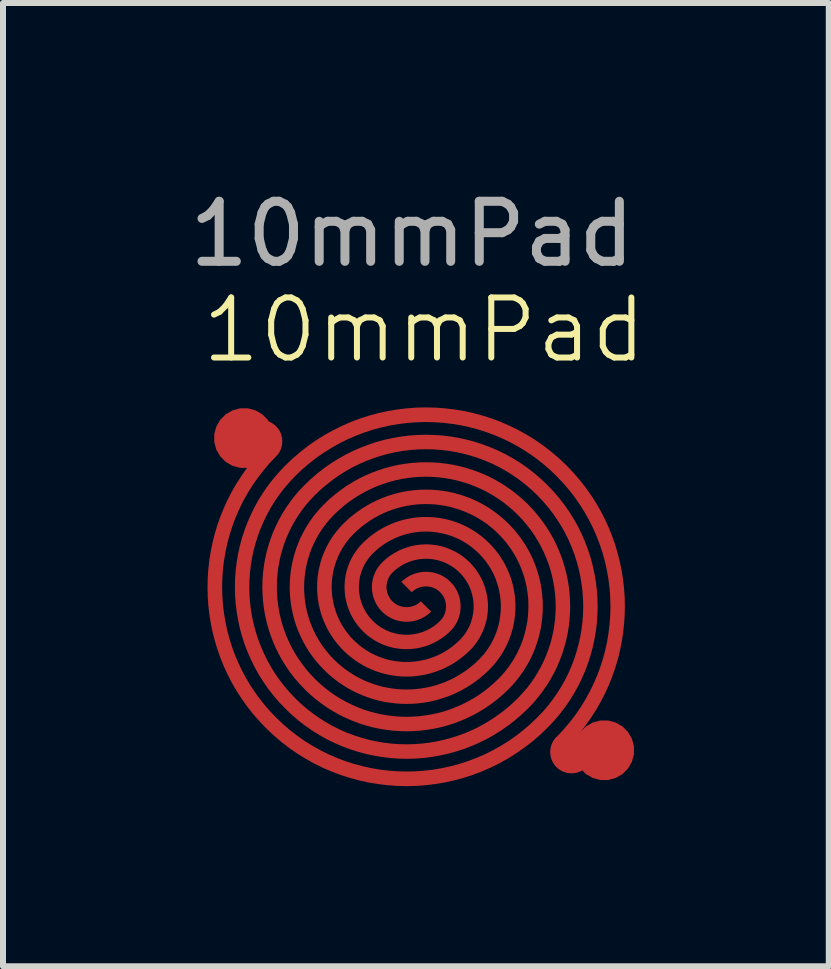
<source format=kicad_pcb>
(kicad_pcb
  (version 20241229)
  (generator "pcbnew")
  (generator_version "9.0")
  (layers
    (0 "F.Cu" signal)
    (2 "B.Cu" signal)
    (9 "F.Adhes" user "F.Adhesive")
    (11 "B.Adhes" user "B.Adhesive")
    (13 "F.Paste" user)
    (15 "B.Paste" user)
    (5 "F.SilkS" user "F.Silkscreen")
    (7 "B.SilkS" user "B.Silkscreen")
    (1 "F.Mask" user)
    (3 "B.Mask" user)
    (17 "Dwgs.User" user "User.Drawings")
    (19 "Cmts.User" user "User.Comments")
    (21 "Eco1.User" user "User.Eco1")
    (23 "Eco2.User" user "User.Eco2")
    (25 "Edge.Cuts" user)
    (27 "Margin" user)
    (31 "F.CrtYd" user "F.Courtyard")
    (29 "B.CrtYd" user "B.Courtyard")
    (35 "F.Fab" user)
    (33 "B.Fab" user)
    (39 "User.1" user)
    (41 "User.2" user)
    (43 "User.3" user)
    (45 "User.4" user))
  (footprint "10mmPad"
    (layer "F.Cu")
    (at 3.815 6.448)
    (property "Reference" "10mmPad" (at 0.2 -4 0) (unlocked yes) (layer "F.SilkS") (effects (font (size 1 1) (thickness 0.1))))
    (attr smd)
    (fp_text user "${REFERENCE}" (at 0 -5.6 0) (unlocked yes) (layer "F.Fab") (effects (font (size 1 1) (thickness 0.15))))
    (pad "1" smd custom (at -2.8 -2.2) (size 1 1) (layers "F.Cu" "F.Mask" "F.Paste") (options (anchor circle)) (primitives (gr_poly (pts (xy 0.3 -0.3) (xy 0.317 -0.299) (xy 0.334 -0.297) (xy 0.351 -0.294) (xy 0.368 -0.29) (xy 0.384 -0.286) (xy 0.401 -0.281) (xy 0.417 -0.275) (xy 0.433 -0.268) (xy 0.449 -0.26) (xy 0.464 -0.252) (xy 0.479 -0.242) (xy 0.493 -0.232) (xy 0.507 -0.221) (xy 0.521 -0.21) (xy 0.534 -0.197) (xy 0.547 -0.184) (xy 0.558 -0.17) (xy 0.569 -0.156) (xy 0.579 -0.142) (xy 0.589 -0.127) (xy 0.597 -0.112) (xy 0.605 -0.096) (xy 0.612 -0.08) (xy 0.618 -0.064) (xy 0.623 -0.047) (xy 0.627 -0.031) (xy 0.631 -0.014) (xy 0.634 0.003) (xy 0.636 0.02) (xy 0.637 0.037) (xy 0.637 0.054) (xy 0.637 0.071) (xy 0.636 0.088) (xy 0.634 0.105) (xy 0.631 0.122) (xy 0.627 0.139) (xy 0.623 0.156) (xy 0.618 0.172) (xy 0.612 0.188) (xy 0.605 0.204) (xy 0.597 0.22) (xy 0.589 0.235) (xy 0.579 0.25) (xy 0.569 0.265) (xy 0.558 0.279) (xy 0.547 0.292) (xy 0.534 0.305) (xy 0.425 0.42) (xy 0.324 0.539) (xy 0.229 0.662) (xy 0.141 0.788) (xy 0.06 0.918) (xy -0.014 1.05) (xy -0.08 1.186) (xy -0.14 1.323) (xy -0.193 1.463) (xy -0.238 1.605) (xy -0.277 1.749) (xy -0.308 1.894) (xy -0.333 2.04) (xy -0.351 2.186) (xy -0.361 2.334) (xy -0.365 2.481) (xy -0.361 2.629) (xy -0.351 2.776) (xy -0.333 2.923) (xy -0.308 3.069) (xy -0.277 3.214) (xy -0.238 3.357) (xy -0.193 3.499) (xy -0.14 3.639) (xy -0.08 3.777) (xy -0.014 3.912) (xy 0.06 4.044) (xy 0.141 4.173) (xy 0.229 4.3) (xy 0.324 4.422) (xy 0.425 4.541) (xy 0.534 4.655) (xy 0.649 4.764) (xy 0.767 4.866) (xy 0.89 4.961) (xy 1.016 5.049) (xy 1.146 5.129) (xy 1.278 5.203) (xy 1.413 5.27) (xy 1.551 5.329) (xy 1.691 5.382) (xy 1.833 5.428) (xy 1.976 5.466) (xy 2.121 5.498) (xy 2.267 5.523) (xy 2.414 5.54) (xy 2.561 5.551) (xy 2.709 5.554) (xy 2.857 5.551) (xy 3.004 5.54) (xy 3.151 5.523) (xy 3.297 5.498) (xy 3.442 5.466) (xy 3.585 5.428) (xy 3.727 5.382) (xy 3.867 5.329) (xy 4.005 5.27) (xy 4.14 5.203) (xy 4.273 5.129) (xy 4.402 5.049) (xy 4.528 4.961) (xy 4.651 4.866) (xy 4.769 4.764) (xy 4.884 4.655) (xy 4.977 4.558) (xy 5.064 4.457) (xy 5.144 4.352) (xy 5.219 4.245) (xy 5.288 4.135) (xy 5.351 4.022) (xy 5.408 3.907) (xy 5.458 3.789) (xy 5.503 3.67) (xy 5.542 3.549) (xy 5.575 3.427) (xy 5.602 3.304) (xy 5.623 3.179) (xy 5.638 3.054) (xy 5.647 2.929) (xy 5.65 2.803) (xy 5.647 2.677) (xy 5.638 2.552) (xy 5.623 2.427) (xy 5.602 2.303) (xy 5.575 2.179) (xy 5.542 2.057) (xy 5.503 1.936) (xy 5.458 1.817) (xy 5.408 1.7) (xy 5.351 1.585) (xy 5.288 1.472) (xy 5.219 1.362) (xy 5.144 1.254) (xy 5.064 1.15) (xy 4.977 1.049) (xy 4.884 0.951) (xy 4.786 0.858) (xy 4.685 0.772) (xy 4.581 0.691) (xy 4.473 0.616) (xy 4.363 0.547) (xy 4.25 0.484) (xy 4.135 0.427) (xy 4.018 0.377) (xy 3.899 0.332) (xy 3.778 0.293) (xy 3.656 0.26) (xy 3.532 0.233) (xy 3.408 0.212) (xy 3.283 0.197) (xy 3.158 0.188) (xy 3.032 0.185) (xy 2.906 0.188) (xy 2.781 0.197) (xy 2.656 0.212) (xy 2.531 0.233) (xy 2.408 0.26) (xy 2.286 0.293) (xy 2.165 0.332) (xy 2.046 0.377) (xy 1.929 0.427) (xy 1.813 0.484) (xy 1.701 0.547) (xy 1.59 0.616) (xy 1.483 0.691) (xy 1.379 0.772) (xy 1.277 0.858) (xy 1.18 0.951) (xy 1.103 1.032) (xy 1.031 1.115) (xy 0.965 1.201) (xy 0.903 1.29) (xy 0.846 1.381) (xy 0.794 1.474) (xy 0.747 1.57) (xy 0.705 1.666) (xy 0.668 1.765) (xy 0.636 1.864) (xy 0.609 1.965) (xy 0.586 2.067) (xy 0.569 2.17) (xy 0.557 2.273) (xy 0.549 2.377) (xy 0.547 2.48) (xy 0.549 2.584) (xy 0.557 2.688) (xy 0.569 2.791) (xy 0.586 2.894) (xy 0.609 2.995) (xy 0.636 3.096) (xy 0.668 3.196) (xy 0.705 3.294) (xy 0.747 3.391) (xy 0.794 3.486) (xy 0.846 3.579) (xy 0.903 3.671) (xy 0.965 3.759) (xy 1.031 3.845) (xy 1.103 3.929) (xy 1.18 4.01) (xy 1.26 4.086) (xy 1.344 4.158) (xy 1.43 4.225) (xy 1.519 4.287) (xy 1.61 4.343) (xy 1.703 4.395) (xy 1.798 4.442) (xy 1.895 4.484) (xy 1.993 4.522) (xy 2.093 4.554) (xy 2.194 4.581) (xy 2.296 4.603) (xy 2.399 4.62) (xy 2.502 4.633) (xy 2.605 4.64) (xy 2.709 4.643) (xy 2.813 4.64) (xy 2.916 4.633) (xy 3.02 4.62) (xy 3.122 4.603) (xy 3.224 4.581) (xy 3.325 4.554) (xy 3.425 4.522) (xy 3.523 4.484) (xy 3.62 4.442) (xy 3.715 4.395) (xy 3.808 4.343) (xy 3.899 4.287) (xy 3.988 4.225) (xy 4.074 4.158) (xy 4.158 4.086) (xy 4.238 4.01) (xy 4.299 3.946) (xy 4.355 3.88) (xy 4.408 3.812) (xy 4.456 3.742) (xy 4.501 3.67) (xy 4.542 3.596) (xy 4.579 3.521) (xy 4.612 3.445) (xy 4.642 3.367) (xy 4.667 3.288) (xy 4.688 3.209) (xy 4.706 3.128) (xy 4.72 3.047) (xy 4.73 2.966) (xy 4.735 2.884) (xy 4.737 2.802) (xy 4.736 2.72) (xy 4.73 2.639) (xy 4.72 2.557) (xy 4.707 2.476) (xy 4.689 2.396) (xy 4.668 2.316) (xy 4.642 2.238) (xy 4.613 2.16) (xy 4.58 2.084) (xy 4.543 2.009) (xy 4.502 1.935) (xy 4.457 1.864) (xy 4.408 1.794) (xy 4.356 1.726) (xy 4.299 1.66) (xy 4.238 1.597) (xy 4.175 1.536) (xy 4.109 1.48) (xy 4.041 1.427) (xy 3.971 1.379) (xy 3.899 1.334) (xy 3.825 1.293) (xy 3.75 1.256) (xy 3.673 1.223) (xy 3.596 1.194) (xy 3.517 1.169) (xy 3.437 1.147) (xy 3.357 1.13) (xy 3.276 1.116) (xy 3.195 1.106) (xy 3.113 1.101) (xy 3.031 1.099) (xy 2.949 1.101) (xy 2.867 1.106) (xy 2.786 1.116) (xy 2.705 1.13) (xy 2.625 1.147) (xy 2.545 1.169) (xy 2.466 1.194) (xy 2.389 1.223) (xy 2.313 1.256) (xy 2.238 1.293) (xy 2.164 1.334) (xy 2.092 1.379) (xy 2.023 1.427) (xy 1.955 1.48) (xy 1.889 1.536) (xy 1.825 1.597) (xy 1.781 1.643) (xy 1.74 1.691) (xy 1.701 1.741) (xy 1.666 1.792) (xy 1.633 1.845) (xy 1.603 1.899) (xy 1.576 1.954) (xy 1.552 2.01) (xy 1.53 2.067) (xy 1.512 2.124) (xy 1.496 2.183) (xy 1.483 2.241) (xy 1.473 2.301) (xy 1.466 2.36) (xy 1.462 2.42) (xy 1.46 2.48) (xy 1.462 2.54) (xy 1.466 2.6) (xy 1.473 2.66) (xy 1.483 2.719) (xy 1.496 2.778) (xy 1.512 2.836) (xy 1.53 2.894) (xy 1.552 2.951) (xy 1.576 3.007) (xy 1.603 3.062) (xy 1.633 3.116) (xy 1.666 3.168) (xy 1.701 3.22) (xy 1.74 3.269) (xy 1.781 3.318) (xy 1.825 3.364) (xy 1.872 3.408) (xy 1.92 3.45) (xy 1.97 3.488) (xy 2.021 3.524) (xy 2.074 3.557) (xy 2.128 3.587) (xy 2.183 3.614) (xy 2.238 3.638) (xy 2.295 3.659) (xy 2.353 3.678) (xy 2.411 3.694) (xy 2.47 3.706) (xy 2.53 3.716) (xy 2.589 3.723) (xy 2.649 3.728) (xy 2.709 3.729) (xy 2.769 3.728) (xy 2.829 3.723) (xy 2.889 3.716) (xy 2.948 3.706) (xy 3.007 3.694) (xy 3.065 3.678) (xy 3.123 3.659) (xy 3.18 3.638) (xy 3.236 3.614) (xy 3.291 3.587) (xy 3.344 3.557) (xy 3.397 3.524) (xy 3.448 3.488) (xy 3.498 3.45) (xy 3.546 3.408) (xy 3.593 3.364) (xy 3.621 3.335) (xy 3.647 3.304) (xy 3.672 3.272) (xy 3.694 3.24) (xy 3.715 3.206) (xy 3.734 3.172) (xy 3.752 3.137) (xy 3.767 3.102) (xy 3.781 3.066) (xy 3.792 3.029) (xy 3.802 2.992) (xy 3.81 2.955) (xy 3.817 2.917) (xy 3.821 2.879) (xy 3.824 2.841) (xy 3.825 2.803) (xy 3.824 2.765) (xy 3.821 2.727) (xy 3.817 2.689) (xy 3.81 2.652) (xy 3.802 2.614) (xy 3.792 2.577) (xy 3.781 2.541) (xy 3.767 2.505) (xy 3.752 2.469) (xy 3.734 2.434) (xy 3.715 2.4) (xy 3.694 2.367) (xy 3.672 2.334) (xy 3.647 2.302) (xy 3.621 2.272) (xy 3.593 2.242) (xy 3.563 2.214) (xy 3.533 2.188) (xy 3.501 2.163) (xy 3.468 2.141) (xy 3.435 2.12) (xy 3.401 2.101) (xy 3.366 2.084) (xy 3.33 2.068) (xy 3.294 2.055) (xy 3.258 2.043) (xy 3.221 2.033) (xy 3.183 2.025) (xy 3.146 2.018) (xy 3.108 2.014) (xy 3.07 2.011) (xy 3.032 2.01) (xy 2.994 2.011) (xy 2.956 2.014) (xy 2.918 2.018) (xy 2.88 2.025) (xy 2.843 2.033) (xy 2.806 2.043) (xy 2.769 2.055) (xy 2.733 2.068) (xy 2.698 2.084) (xy 2.663 2.101) (xy 2.629 2.12) (xy 2.595 2.141) (xy 2.563 2.163) (xy 2.531 2.188) (xy 2.501 2.214) (xy 2.471 2.242) (xy 2.459 2.255) (xy 2.448 2.268) (xy 2.438 2.281) (xy 2.428 2.295) (xy 2.42 2.31) (xy 2.412 2.324) (xy 2.405 2.339) (xy 2.398 2.354) (xy 2.392 2.37) (xy 2.387 2.385) (xy 2.383 2.401) (xy 2.38 2.417) (xy 2.377 2.433) (xy 2.375 2.449) (xy 2.374 2.465) (xy 2.374 2.481) (xy 2.374 2.498) (xy 2.375 2.514) (xy 2.377 2.53) (xy 2.38 2.546) (xy 2.383 2.562) (xy 2.387 2.577) (xy 2.392 2.593) (xy 2.398 2.608) (xy 2.405 2.623) (xy 2.412 2.638) (xy 2.42 2.652) (xy 2.428 2.666) (xy 2.438 2.68) (xy 2.448 2.693) (xy 2.459 2.706) (xy 2.471 2.718) (xy 2.483 2.73) (xy 2.496 2.741) (xy 2.51 2.752) (xy 2.523 2.761) (xy 2.537 2.77) (xy 2.552 2.778) (xy 2.566 2.785) (xy 2.581 2.791) (xy 2.597 2.797) (xy 2.612 2.802) (xy 2.628 2.806) (xy 2.644 2.81) (xy 2.66 2.812) (xy 2.676 2.814) (xy 2.692 2.815) (xy 2.708 2.816) (xy 2.724 2.815) (xy 2.74 2.814) (xy 2.756 2.812) (xy 2.772 2.81) (xy 2.788 2.806) (xy 2.803 2.802) (xy 2.819 2.797) (xy 2.834 2.791) (xy 2.849 2.785) (xy 2.864 2.778) (xy 2.878 2.77) (xy 2.892 2.761) (xy 2.906 2.752) (xy 2.919 2.741) (xy 2.932 2.73) (xy 2.945 2.718) (xy 3.117 2.89) (xy 3.095 2.911) (xy 3.073 2.93) (xy 3.05 2.948) (xy 3.026 2.964) (xy 3.002 2.979) (xy 2.977 2.993) (xy 2.951 3.006) (xy 2.926 3.017) (xy 2.899 3.027) (xy 2.873 3.035) (xy 2.846 3.043) (xy 2.818 3.049) (xy 2.791 3.053) (xy 2.763 3.057) (xy 2.736 3.058) (xy 2.708 3.059) (xy 2.68 3.058) (xy 2.652 3.057) (xy 2.625 3.053) (xy 2.597 3.049) (xy 2.57 3.043) (xy 2.543 3.035) (xy 2.516 3.027) (xy 2.49 3.017) (xy 2.464 3.006) (xy 2.439 2.993) (xy 2.414 2.979) (xy 2.389 2.964) (xy 2.366 2.948) (xy 2.343 2.93) (xy 2.321 2.911) (xy 2.299 2.89) (xy 2.279 2.869) (xy 2.259 2.847) (xy 2.242 2.824) (xy 2.225 2.8) (xy 2.21 2.776) (xy 2.196 2.751) (xy 2.184 2.725) (xy 2.173 2.699) (xy 2.163 2.673) (xy 2.154 2.646) (xy 2.147 2.62) (xy 2.141 2.592) (xy 2.136 2.565) (xy 2.133 2.537) (xy 2.131 2.509) (xy 2.13 2.482) (xy 2.131 2.454) (xy 2.133 2.426) (xy 2.136 2.399) (xy 2.141 2.371) (xy 2.147 2.344) (xy 2.154 2.317) (xy 2.163 2.29) (xy 2.173 2.264) (xy 2.184 2.238) (xy 2.196 2.213) (xy 2.21 2.188) (xy 2.225 2.163) (xy 2.242 2.14) (xy 2.259 2.117) (xy 2.279 2.094) (xy 2.299 2.073) (xy 2.338 2.036) (xy 2.378 2.002) (xy 2.419 1.97) (xy 2.462 1.941) (xy 2.505 1.914) (xy 2.55 1.889) (xy 2.595 1.866) (xy 2.642 1.846) (xy 2.689 1.829) (xy 2.737 1.813) (xy 2.785 1.8) (xy 2.834 1.789) (xy 2.883 1.781) (xy 2.932 1.775) (xy 2.982 1.772) (xy 3.032 1.77) (xy 3.081 1.771) (xy 3.131 1.775) (xy 3.18 1.781) (xy 3.229 1.789) (xy 3.278 1.8) (xy 3.326 1.813) (xy 3.374 1.828) (xy 3.421 1.846) (xy 3.467 1.866) (xy 3.512 1.888) (xy 3.557 1.913) (xy 3.6 1.94) (xy 3.643 1.97) (xy 3.684 2.002) (xy 3.724 2.036) (xy 3.762 2.073) (xy 3.799 2.112) (xy 3.833 2.152) (xy 3.865 2.193) (xy 3.894 2.236) (xy 3.921 2.279) (xy 3.946 2.324) (xy 3.968 2.369) (xy 3.988 2.416) (xy 4.006 2.463) (xy 4.021 2.511) (xy 4.034 2.559) (xy 4.045 2.608) (xy 4.053 2.657) (xy 4.059 2.706) (xy 4.063 2.756) (xy 4.064 2.805) (xy 4.063 2.855) (xy 4.059 2.905) (xy 4.053 2.954) (xy 4.045 3.003) (xy 4.034 3.052) (xy 4.021 3.1) (xy 4.006 3.148) (xy 3.988 3.195) (xy 3.968 3.241) (xy 3.946 3.286) (xy 3.921 3.331) (xy 3.894 3.374) (xy 3.865 3.417) (xy 3.833 3.458) (xy 3.799 3.498) (xy 3.762 3.536) (xy 3.707 3.589) (xy 3.649 3.638) (xy 3.589 3.684) (xy 3.528 3.727) (xy 3.466 3.766) (xy 3.401 3.802) (xy 3.336 3.834) (xy 3.269 3.863) (xy 3.201 3.889) (xy 3.132 3.911) (xy 3.063 3.93) (xy 2.993 3.945) (xy 2.922 3.957) (xy 2.851 3.966) (xy 2.779 3.971) (xy 2.708 3.973) (xy 2.636 3.971) (xy 2.565 3.966) (xy 2.494 3.957) (xy 2.423 3.945) (xy 2.353 3.93) (xy 2.283 3.911) (xy 2.214 3.889) (xy 2.147 3.863) (xy 2.08 3.834) (xy 2.014 3.802) (xy 1.95 3.766) (xy 1.887 3.727) (xy 1.826 3.684) (xy 1.767 3.638) (xy 1.709 3.589) (xy 1.653 3.536) (xy 1.601 3.48) (xy 1.551 3.423) (xy 1.505 3.363) (xy 1.462 3.302) (xy 1.423 3.239) (xy 1.387 3.175) (xy 1.355 3.11) (xy 1.326 3.043) (xy 1.3 2.975) (xy 1.278 2.906) (xy 1.26 2.837) (xy 1.244 2.767) (xy 1.232 2.696) (xy 1.224 2.625) (xy 1.219 2.553) (xy 1.217 2.482) (xy 1.219 2.41) (xy 1.224 2.339) (xy 1.232 2.268) (xy 1.244 2.197) (xy 1.26 2.127) (xy 1.278 2.057) (xy 1.3 1.988) (xy 1.326 1.921) (xy 1.355 1.854) (xy 1.387 1.788) (xy 1.423 1.724) (xy 1.462 1.661) (xy 1.505 1.6) (xy 1.551 1.541) (xy 1.601 1.483) (xy 1.653 1.427) (xy 1.726 1.358) (xy 1.801 1.294) (xy 1.879 1.234) (xy 1.959 1.178) (xy 2.041 1.127) (xy 2.125 1.08) (xy 2.21 1.038) (xy 2.297 1) (xy 2.386 0.967) (xy 2.476 0.938) (xy 2.567 0.913) (xy 2.658 0.893) (xy 2.751 0.878) (xy 2.844 0.867) (xy 2.937 0.86) (xy 3.031 0.858) (xy 3.124 0.86) (xy 3.217 0.867) (xy 3.31 0.878) (xy 3.403 0.893) (xy 3.495 0.913) (xy 3.585 0.938) (xy 3.675 0.967) (xy 3.764 1) (xy 3.851 1.038) (xy 3.937 1.08) (xy 4.021 1.127) (xy 4.103 1.178) (xy 4.182 1.234) (xy 4.26 1.294) (xy 4.335 1.358) (xy 4.408 1.427) (xy 4.477 1.5) (xy 4.541 1.575) (xy 4.601 1.653) (xy 4.657 1.733) (xy 4.708 1.815) (xy 4.755 1.898) (xy 4.797 1.984) (xy 4.835 2.071) (xy 4.868 2.16) (xy 4.897 2.25) (xy 4.922 2.341) (xy 4.942 2.432) (xy 4.957 2.525) (xy 4.968 2.618) (xy 4.975 2.711) (xy 4.977 2.804) (xy 4.975 2.898) (xy 4.968 2.991) (xy 4.957 3.084) (xy 4.942 3.177) (xy 4.922 3.268) (xy 4.897 3.359) (xy 4.868 3.449) (xy 4.835 3.538) (xy 4.797 3.625) (xy 4.755 3.711) (xy 4.708 3.794) (xy 4.657 3.876) (xy 4.601 3.956) (xy 4.541 4.034) (xy 4.477 4.109) (xy 4.408 4.182) (xy 4.318 4.267) (xy 4.226 4.346) (xy 4.13 4.42) (xy 4.031 4.489) (xy 3.93 4.552) (xy 3.826 4.61) (xy 3.721 4.662) (xy 3.613 4.708) (xy 3.504 4.75) (xy 3.393 4.785) (xy 3.281 4.816) (xy 3.167 4.84) (xy 3.053 4.859) (xy 2.938 4.873) (xy 2.823 4.881) (xy 2.708 4.884) (xy 2.592 4.881) (xy 2.477 4.873) (xy 2.362 4.859) (xy 2.248 4.84) (xy 2.135 4.816) (xy 2.023 4.785) (xy 1.912 4.75) (xy 1.803 4.708) (xy 1.695 4.662) (xy 1.589 4.61) (xy 1.486 4.552) (xy 1.384 4.489) (xy 1.286 4.42) (xy 1.19 4.346) (xy 1.097 4.267) (xy 1.008 4.182) (xy 0.923 4.092) (xy 0.843 3.999) (xy 0.769 3.904) (xy 0.701 3.805) (xy 0.637 3.704) (xy 0.58 3.6) (xy 0.528 3.495) (xy 0.481 3.387) (xy 0.44 3.278) (xy 0.404 3.167) (xy 0.374 3.055) (xy 0.349 2.941) (xy 0.33 2.827) (xy 0.316 2.712) (xy 0.308 2.597) (xy 0.305 2.482) (xy 0.308 2.366) (xy 0.316 2.251) (xy 0.33 2.136) (xy 0.349 2.022) (xy 0.374 1.909) (xy 0.404 1.797) (xy 0.44 1.686) (xy 0.481 1.576) (xy 0.528 1.469) (xy 0.58 1.363) (xy 0.637 1.26) (xy 0.701 1.158) (xy 0.769 1.06) (xy 0.843 0.964) (xy 0.923 0.871) (xy 1.008 0.782) (xy 1.115 0.68) (xy 1.225 0.585) (xy 1.339 0.497) (xy 1.456 0.415) (xy 1.577 0.34) (xy 1.7 0.271) (xy 1.826 0.209) (xy 1.954 0.154) (xy 2.084 0.105) (xy 2.216 0.062) (xy 2.349 0.026) (xy 2.484 -0.003) (xy 2.62 -0.026) (xy 2.756 -0.043) (xy 2.893 -0.052) (xy 3.031 -0.056) (xy 3.168 -0.052) (xy 3.305 -0.043) (xy 3.441 -0.026) (xy 3.577 -0.003) (xy 3.712 0.026) (xy 3.845 0.062) (xy 3.977 0.105) (xy 4.107 0.154) (xy 4.235 0.209) (xy 4.361 0.271) (xy 4.484 0.34) (xy 4.605 0.415) (xy 4.722 0.497) (xy 4.836 0.585) (xy 4.947 0.68) (xy 5.053 0.782) (xy 5.155 0.888) (xy 5.25 0.999) (xy 5.338 1.113) (xy 5.42 1.23) (xy 5.495 1.351) (xy 5.564 1.474) (xy 5.626 1.6) (xy 5.681 1.728) (xy 5.73 1.858) (xy 5.773 1.99) (xy 5.809 2.123) (xy 5.838 2.258) (xy 5.861 2.394) (xy 5.878 2.53) (xy 5.887 2.667) (xy 5.891 2.804) (xy 5.887 2.942) (xy 5.878 3.079) (xy 5.861 3.215) (xy 5.838 3.351) (xy 5.809 3.486) (xy 5.773 3.619) (xy 5.73 3.751) (xy 5.681 3.881) (xy 5.626 4.009) (xy 5.564 4.135) (xy 5.495 4.258) (xy 5.42 4.379) (xy 5.338 4.496) (xy 5.25 4.61) (xy 5.155 4.721) (xy 5.053 4.827) (xy 4.93 4.945) (xy 4.802 5.055) (xy 4.669 5.157) (xy 4.533 5.252) (xy 4.394 5.339) (xy 4.251 5.419) (xy 4.105 5.491) (xy 3.956 5.555) (xy 3.806 5.612) (xy 3.653 5.661) (xy 3.498 5.703) (xy 3.342 5.737) (xy 3.184 5.763) (xy 3.026 5.782) (xy 2.867 5.794) (xy 2.708 5.798) (xy 2.549 5.794) (xy 2.39 5.782) (xy 2.231 5.763) (xy 2.074 5.737) (xy 1.918 5.703) (xy 1.763 5.661) (xy 1.61 5.612) (xy 1.459 5.555) (xy 1.311 5.491) (xy 1.165 5.419) (xy 1.022 5.339) (xy 0.882 5.252) (xy 0.746 5.157) (xy 0.614 5.055) (xy 0.486 4.945) (xy 0.362 4.827) (xy 0.252 4.711) (xy 0.147 4.591) (xy 0.05 4.468) (xy -0.04 4.341) (xy -0.124 4.211) (xy -0.202 4.077) (xy -0.272 3.941) (xy -0.336 3.803) (xy -0.393 3.662) (xy -0.443 3.52) (xy -0.487 3.375) (xy -0.524 3.23) (xy -0.554 3.082) (xy -0.578 2.934) (xy -0.595 2.785) (xy -0.605 2.636) (xy -0.608 2.487) (xy -0.605 2.337) (xy -0.595 2.188) (xy -0.579 2.039) (xy -0.555 1.891) (xy -0.525 1.743) (xy -0.489 1.597) (xy -0.445 1.453) (xy -0.395 1.31) (xy -0.338 1.169) (xy -0.275 1.031) (xy -0.205 0.895) (xy -0.128 0.761) (xy -0.044 0.631) (xy 0.046 0.503) (xy 0.143 0.38) (xy 0.128 0.372) (xy 0.113 0.365) (xy 0.106 0.361) (xy 0.098 0.356) (xy 0.091 0.352) (xy 0.084 0.347) (xy 0.077 0.343) (xy 0.07 0.338) (xy 0.063 0.333) (xy 0.057 0.328) (xy 0.05 0.323) (xy 0.044 0.317) (xy 0.038 0.311) (xy 0.032 0.305) (xy 0.019 0.292) (xy 0.007 0.279) (xy -0.004 0.265) (xy -0.014 0.25) (xy -0.023 0.235) (xy -0.031 0.22) (xy -0.039 0.204) (xy -0.046 0.188) (xy -0.052 0.172) (xy -0.057 0.156) (xy -0.062 0.139) (xy -0.065 0.122) (xy -0.068 0.105) (xy -0.07 0.088) (xy -0.071 0.071) (xy -0.072 0.054) (xy -0.071 0.037) (xy -0.07 0.02) (xy -0.068 0.003) (xy -0.065 -0.014) (xy -0.062 -0.031) (xy -0.057 -0.047) (xy -0.052 -0.064) (xy -0.046 -0.08) (xy -0.039 -0.096) (xy -0.031 -0.112) (xy -0.023 -0.127) (xy -0.014 -0.142) (xy -0.004 -0.156) (xy 0.007 -0.17) (xy 0.019 -0.184) (xy 0.032 -0.197) (xy 0.045 -0.21) (xy 0.058 -0.221) (xy 0.072 -0.232) (xy 0.087 -0.242) (xy 0.102 -0.252) (xy 0.117 -0.26) (xy 0.133 -0.268) (xy 0.149 -0.275) (xy 0.165 -0.281) (xy 0.181 -0.286) (xy 0.198 -0.29) (xy 0.215 -0.294) (xy 0.232 -0.297) (xy 0.249 -0.299) (xy 0.266 -0.3) (xy 0.283 -0.3)) (width 0) (fill yes))))
    (pad "2" smd custom (at 3.2 3) (size 1 1) (layers "F.Cu" "F.Mask" "F.Paste") (options (anchor circle)) (primitives (gr_poly (pts (xy -2.811 -5.708) (xy -2.652 -5.696) (xy -2.494 -5.677) (xy -2.336 -5.651) (xy -2.18 -5.617) (xy -2.025 -5.575) (xy -1.872 -5.526) (xy -1.721 -5.469) (xy -1.573 -5.404) (xy -1.427 -5.332) (xy -1.284 -5.253) (xy -1.144 -5.166) (xy -1.008 -5.071) (xy -0.876 -4.968) (xy -0.748 -4.859) (xy -0.624 -4.741) (xy -0.514 -4.625) (xy -0.41 -4.505) (xy -0.313 -4.382) (xy -0.223 -4.255) (xy -0.139 -4.125) (xy -0.062 -3.991) (xy 0.008 -3.856) (xy 0.072 -3.717) (xy 0.129 -3.577) (xy 0.179 -3.434) (xy 0.222 -3.29) (xy 0.259 -3.144) (xy 0.29 -2.997) (xy 0.313 -2.849) (xy 0.33 -2.701) (xy 0.341 -2.551) (xy 0.344 -2.402) (xy 0.341 -2.252) (xy 0.331 -2.103) (xy 0.315 -1.954) (xy 0.292 -1.806) (xy 0.262 -1.659) (xy 0.226 -1.513) (xy 0.183 -1.369) (xy 0.133 -1.226) (xy 0.077 -1.086) (xy 0.014 -0.947) (xy -0.056 -0.811) (xy -0.132 -0.678) (xy -0.216 -0.547) (xy -0.305 -0.42) (xy -0.402 -0.296) (xy -0.394 -0.293) (xy -0.387 -0.29) (xy -0.38 -0.286) (xy -0.372 -0.283) (xy -0.365 -0.279) (xy -0.358 -0.275) (xy -0.351 -0.271) (xy -0.344 -0.266) (xy -0.338 -0.262) (xy -0.331 -0.257) (xy -0.324 -0.252) (xy -0.318 -0.247) (xy -0.312 -0.242) (xy -0.305 -0.236) (xy -0.299 -0.23) (xy -0.293 -0.225) (xy -0.293 -0.222) (xy -0.281 -0.209) (xy -0.269 -0.195) (xy -0.258 -0.181) (xy -0.248 -0.167) (xy -0.239 -0.152) (xy -0.23 -0.136) (xy -0.223 -0.121) (xy -0.216 -0.105) (xy -0.21 -0.089) (xy -0.204 -0.072) (xy -0.2 -0.056) (xy -0.196 -0.039) (xy -0.194 -0.022) (xy -0.192 -0.005) (xy -0.19 0.012) (xy -0.19 0.029) (xy -0.19 0.046) (xy -0.192 0.064) (xy -0.194 0.081) (xy -0.196 0.097) (xy -0.2 0.114) (xy -0.204 0.131) (xy -0.21 0.147) (xy -0.216 0.164) (xy -0.223 0.179) (xy -0.23 0.195) (xy -0.239 0.21) (xy -0.248 0.225) (xy -0.258 0.24) (xy -0.269 0.254) (xy -0.281 0.268) (xy -0.293 0.281) (xy -0.306 0.293) (xy -0.32 0.305) (xy -0.334 0.316) (xy -0.349 0.326) (xy -0.364 0.335) (xy -0.379 0.344) (xy -0.394 0.351) (xy -0.41 0.358) (xy -0.427 0.364) (xy -0.443 0.369) (xy -0.46 0.374) (xy -0.476 0.377) (xy -0.493 0.38) (xy -0.51 0.382) (xy -0.527 0.384) (xy -0.545 0.384) (xy -0.562 0.384) (xy -0.579 0.382) (xy -0.596 0.38) (xy -0.613 0.377) (xy -0.629 0.374) (xy -0.646 0.369) (xy -0.662 0.364) (xy -0.679 0.358) (xy -0.695 0.351) (xy -0.71 0.344) (xy -0.725 0.335) (xy -0.74 0.326) (xy -0.755 0.316) (xy -0.769 0.305) (xy -0.783 0.293) (xy -0.796 0.281) (xy -0.808 0.268) (xy -0.82 0.254) (xy -0.831 0.24) (xy -0.841 0.225) (xy -0.85 0.21) (xy -0.859 0.195) (xy -0.866 0.179) (xy -0.873 0.164) (xy -0.879 0.147) (xy -0.885 0.131) (xy -0.889 0.114) (xy -0.893 0.097) (xy -0.895 0.081) (xy -0.897 0.064) (xy -0.899 0.046) (xy -0.899 0.029) (xy -0.899 0.012) (xy -0.897 -0.005) (xy -0.895 -0.022) (xy -0.893 -0.039) (xy -0.889 -0.056) (xy -0.885 -0.072) (xy -0.879 -0.089) (xy -0.873 -0.105) (xy -0.866 -0.121) (xy -0.859 -0.136) (xy -0.85 -0.152) (xy -0.841 -0.167) (xy -0.831 -0.181) (xy -0.82 -0.195) (xy -0.808 -0.209) (xy -0.796 -0.222) (xy -0.795 -0.222) (xy -0.795 -0.223) (xy -0.794 -0.223) (xy -0.794 -0.224) (xy -0.793 -0.224) (xy -0.792 -0.225) (xy -0.792 -0.225) (xy -0.791 -0.226) (xy -0.79 -0.226) (xy -0.789 -0.227) (xy -0.788 -0.227) (xy -0.68 -0.342) (xy -0.579 -0.461) (xy -0.484 -0.583) (xy -0.397 -0.71) (xy -0.317 -0.839) (xy -0.244 -0.971) (xy -0.178 -1.106) (xy -0.118 -1.244) (xy -0.066 -1.384) (xy -0.021 -1.525) (xy 0.018 -1.668) (xy 0.049 -1.813) (xy 0.073 -1.959) (xy 0.09 -2.105) (xy 0.101 -2.252) (xy 0.104 -2.399) (xy 0.1 -2.546) (xy 0.09 -2.693) (xy 0.072 -2.84) (xy 0.047 -2.985) (xy 0.016 -3.13) (xy -0.023 -3.273) (xy -0.069 -3.414) (xy -0.122 -3.554) (xy -0.181 -3.691) (xy -0.248 -3.826) (xy -0.322 -3.958) (xy -0.403 -4.088) (xy -0.49 -4.214) (xy -0.585 -4.336) (xy -0.687 -4.455) (xy -0.796 -4.569) (xy -0.91 -4.678) (xy -1.029 -4.78) (xy -1.152 -4.875) (xy -1.278 -4.962) (xy -1.407 -5.043) (xy -1.54 -5.117) (xy -1.675 -5.184) (xy -1.813 -5.243) (xy -1.953 -5.296) (xy -2.094 -5.342) (xy -2.238 -5.38) (xy -2.383 -5.412) (xy -2.529 -5.436) (xy -2.676 -5.454) (xy -2.823 -5.464) (xy -2.971 -5.468) (xy -3.118 -5.464) (xy -3.266 -5.454) (xy -3.413 -5.436) (xy -3.559 -5.412) (xy -3.704 -5.38) (xy -3.847 -5.342) (xy -3.989 -5.296) (xy -4.129 -5.243) (xy -4.267 -5.184) (xy -4.402 -5.117) (xy -4.534 -5.043) (xy -4.664 -4.962) (xy -4.79 -4.875) (xy -4.912 -4.78) (xy -5.031 -4.678) (xy -5.146 -4.569) (xy -5.238 -4.471) (xy -5.325 -4.37) (xy -5.406 -4.266) (xy -5.481 -4.159) (xy -5.55 -4.048) (xy -5.612 -3.936) (xy -5.669 -3.82) (xy -5.72 -3.703) (xy -5.765 -3.584) (xy -5.804 -3.463) (xy -5.837 -3.341) (xy -5.864 -3.218) (xy -5.885 -3.093) (xy -5.9 -2.968) (xy -5.909 -2.843) (xy -5.912 -2.717) (xy -5.909 -2.591) (xy -5.9 -2.466) (xy -5.885 -2.341) (xy -5.864 -2.216) (xy -5.837 -2.093) (xy -5.804 -1.971) (xy -5.765 -1.85) (xy -5.72 -1.731) (xy -5.669 -1.614) (xy -5.612 -1.498) (xy -5.55 -1.386) (xy -5.481 -1.275) (xy -5.406 -1.168) (xy -5.325 -1.064) (xy -5.238 -0.962) (xy -5.146 -0.865) (xy -5.048 -0.772) (xy -4.947 -0.685) (xy -4.843 -0.605) (xy -4.735 -0.53) (xy -4.625 -0.461) (xy -4.512 -0.398) (xy -4.397 -0.341) (xy -4.28 -0.29) (xy -4.16 -0.246) (xy -4.04 -0.207) (xy -3.917 -0.174) (xy -3.794 -0.147) (xy -3.67 -0.126) (xy -3.545 -0.111) (xy -3.419 -0.102) (xy -3.294 -0.099) (xy -3.168 -0.102) (xy -3.042 -0.111) (xy -2.917 -0.126) (xy -2.793 -0.147) (xy -2.67 -0.174) (xy -2.547 -0.207) (xy -2.427 -0.246) (xy -2.307 -0.29) (xy -2.19 -0.341) (xy -2.075 -0.398) (xy -1.962 -0.461) (xy -1.852 -0.53) (xy -1.745 -0.605) (xy -1.64 -0.685) (xy -1.539 -0.772) (xy -1.441 -0.865) (xy -1.365 -0.946) (xy -1.293 -1.029) (xy -1.226 -1.115) (xy -1.164 -1.204) (xy -1.108 -1.295) (xy -1.056 -1.388) (xy -1.009 -1.483) (xy -0.967 -1.58) (xy -0.93 -1.679) (xy -0.897 -1.778) (xy -0.87 -1.879) (xy -0.848 -1.981) (xy -0.831 -2.084) (xy -0.818 -2.187) (xy -0.811 -2.29) (xy -0.808 -2.394) (xy -0.811 -2.498) (xy -0.818 -2.602) (xy -0.831 -2.705) (xy -0.848 -2.807) (xy -0.87 -2.909) (xy -0.897 -3.01) (xy -0.93 -3.11) (xy -0.967 -3.208) (xy -1.009 -3.305) (xy -1.056 -3.4) (xy -1.108 -3.493) (xy -1.164 -3.584) (xy -1.226 -3.673) (xy -1.293 -3.759) (xy -1.365 -3.843) (xy -1.441 -3.923) (xy -1.522 -4) (xy -1.606 -4.072) (xy -1.692 -4.139) (xy -1.781 -4.2) (xy -1.872 -4.257) (xy -1.965 -4.309) (xy -2.06 -4.356) (xy -2.157 -4.398) (xy -2.255 -4.435) (xy -2.355 -4.467) (xy -2.456 -4.495) (xy -2.558 -4.517) (xy -2.66 -4.534) (xy -2.763 -4.547) (xy -2.867 -4.554) (xy -2.971 -4.557) (xy -3.075 -4.554) (xy -3.178 -4.547) (xy -3.281 -4.534) (xy -3.384 -4.517) (xy -3.486 -4.495) (xy -3.587 -4.467) (xy -3.686 -4.435) (xy -3.785 -4.398) (xy -3.882 -4.356) (xy -3.977 -4.309) (xy -4.07 -4.257) (xy -4.161 -4.2) (xy -4.25 -4.139) (xy -4.336 -4.072) (xy -4.419 -4) (xy -4.5 -3.923) (xy -4.56 -3.86) (xy -4.617 -3.794) (xy -4.669 -3.726) (xy -4.718 -3.656) (xy -4.763 -3.584) (xy -4.804 -3.51) (xy -4.841 -3.435) (xy -4.874 -3.359) (xy -4.903 -3.281) (xy -4.929 -3.202) (xy -4.95 -3.122) (xy -4.968 -3.042) (xy -4.981 -2.961) (xy -4.991 -2.88) (xy -4.997 -2.798) (xy -4.999 -2.716) (xy -4.997 -2.634) (xy -4.991 -2.552) (xy -4.982 -2.471) (xy -4.968 -2.39) (xy -4.951 -2.31) (xy -4.929 -2.23) (xy -4.904 -2.151) (xy -4.875 -2.074) (xy -4.842 -1.998) (xy -4.805 -1.923) (xy -4.764 -1.849) (xy -4.719 -1.777) (xy -4.67 -1.708) (xy -4.617 -1.64) (xy -4.561 -1.574) (xy -4.5 -1.51) (xy -4.436 -1.45) (xy -4.37 -1.394) (xy -4.302 -1.341) (xy -4.232 -1.293) (xy -4.16 -1.248) (xy -4.087 -1.207) (xy -4.012 -1.17) (xy -3.935 -1.137) (xy -3.857 -1.108) (xy -3.779 -1.082) (xy -3.699 -1.061) (xy -3.619 -1.044) (xy -3.538 -1.03) (xy -3.456 -1.02) (xy -3.374 -1.014) (xy -3.293 -1.012) (xy -3.211 -1.014) (xy -3.129 -1.02) (xy -3.048 -1.03) (xy -2.967 -1.044) (xy -2.886 -1.061) (xy -2.807 -1.082) (xy -2.728 -1.108) (xy -2.65 -1.137) (xy -2.574 -1.17) (xy -2.499 -1.207) (xy -2.426 -1.248) (xy -2.354 -1.293) (xy -2.284 -1.341) (xy -2.216 -1.394) (xy -2.15 -1.45) (xy -2.087 -1.51) (xy -2.043 -1.557) (xy -2.001 -1.605) (xy -1.963 -1.655) (xy -1.927 -1.706) (xy -1.894 -1.759) (xy -1.865 -1.813) (xy -1.837 -1.868) (xy -1.813 -1.924) (xy -1.792 -1.98) (xy -1.773 -2.038) (xy -1.758 -2.096) (xy -1.745 -2.155) (xy -1.735 -2.215) (xy -1.728 -2.274) (xy -1.723 -2.334) (xy -1.722 -2.394) (xy -1.723 -2.454) (xy -1.728 -2.514) (xy -1.735 -2.574) (xy -1.745 -2.633) (xy -1.758 -2.692) (xy -1.773 -2.75) (xy -1.792 -2.808) (xy -1.813 -2.865) (xy -1.837 -2.921) (xy -1.865 -2.976) (xy -1.894 -3.03) (xy -1.927 -3.082) (xy -1.963 -3.133) (xy -2.001 -3.183) (xy -2.043 -3.231) (xy -2.087 -3.278) (xy -2.134 -3.322) (xy -2.182 -3.363) (xy -2.232 -3.402) (xy -2.283 -3.438) (xy -2.335 -3.47) (xy -2.389 -3.5) (xy -2.444 -3.527) (xy -2.5 -3.552) (xy -2.557 -3.573) (xy -2.615 -3.592) (xy -2.673 -3.607) (xy -2.732 -3.62) (xy -2.791 -3.63) (xy -2.851 -3.637) (xy -2.911 -3.642) (xy -2.971 -3.643) (xy -3.031 -3.642) (xy -3.091 -3.637) (xy -3.15 -3.63) (xy -3.21 -3.62) (xy -3.269 -3.607) (xy -3.327 -3.592) (xy -3.384 -3.573) (xy -3.441 -3.552) (xy -3.497 -3.527) (xy -3.552 -3.5) (xy -3.606 -3.47) (xy -3.659 -3.438) (xy -3.71 -3.402) (xy -3.76 -3.363) (xy -3.808 -3.322) (xy -3.854 -3.278) (xy -3.883 -3.248) (xy -3.909 -3.218) (xy -3.933 -3.186) (xy -3.956 -3.154) (xy -3.977 -3.12) (xy -3.996 -3.086) (xy -4.013 -3.051) (xy -4.029 -3.016) (xy -4.042 -2.979) (xy -4.054 -2.943) (xy -4.064 -2.906) (xy -4.072 -2.869) (xy -4.078 -2.831) (xy -4.083 -2.793) (xy -4.086 -2.755) (xy -4.087 -2.717) (xy -4.086 -2.679) (xy -4.083 -2.641) (xy -4.078 -2.603) (xy -4.072 -2.565) (xy -4.064 -2.528) (xy -4.054 -2.491) (xy -4.042 -2.455) (xy -4.029 -2.418) (xy -4.013 -2.383) (xy -3.996 -2.348) (xy -3.977 -2.314) (xy -3.956 -2.28) (xy -3.933 -2.248) (xy -3.909 -2.216) (xy -3.883 -2.186) (xy -3.854 -2.156) (xy -3.825 -2.128) (xy -3.794 -2.102) (xy -3.763 -2.077) (xy -3.73 -2.054) (xy -3.697 -2.034) (xy -3.662 -2.015) (xy -3.628 -1.997) (xy -3.592 -1.982) (xy -3.556 -1.968) (xy -3.519 -1.957) (xy -3.482 -1.947) (xy -3.445 -1.938) (xy -3.407 -1.932) (xy -3.37 -1.928) (xy -3.332 -1.925) (xy -3.294 -1.924) (xy -3.255 -1.925) (xy -3.217 -1.928) (xy -3.18 -1.932) (xy -3.142 -1.938) (xy -3.105 -1.947) (xy -3.068 -1.957) (xy -3.031 -1.968) (xy -2.995 -1.982) (xy -2.959 -1.997) (xy -2.925 -2.015) (xy -2.89 -2.034) (xy -2.857 -2.054) (xy -2.824 -2.077) (xy -2.793 -2.102) (xy -2.762 -2.128) (xy -2.733 -2.156) (xy -2.721 -2.169) (xy -2.71 -2.182) (xy -2.7 -2.195) (xy -2.69 -2.209) (xy -2.681 -2.223) (xy -2.673 -2.238) (xy -2.666 -2.253) (xy -2.66 -2.268) (xy -2.654 -2.283) (xy -2.649 -2.299) (xy -2.645 -2.315) (xy -2.641 -2.331) (xy -2.639 -2.347) (xy -2.637 -2.363) (xy -2.636 -2.379) (xy -2.635 -2.395) (xy -2.636 -2.411) (xy -2.637 -2.428) (xy -2.639 -2.444) (xy -2.641 -2.46) (xy -2.645 -2.475) (xy -2.649 -2.491) (xy -2.654 -2.507) (xy -2.66 -2.522) (xy -2.666 -2.537) (xy -2.673 -2.552) (xy -2.681 -2.566) (xy -2.69 -2.58) (xy -2.7 -2.594) (xy -2.71 -2.607) (xy -2.721 -2.62) (xy -2.733 -2.632) (xy -2.745 -2.644) (xy -2.758 -2.655) (xy -2.771 -2.665) (xy -2.785 -2.675) (xy -2.799 -2.684) (xy -2.813 -2.692) (xy -2.828 -2.699) (xy -2.843 -2.705) (xy -2.858 -2.711) (xy -2.874 -2.716) (xy -2.889 -2.72) (xy -2.905 -2.723) (xy -2.921 -2.726) (xy -2.937 -2.728) (xy -2.953 -2.729) (xy -2.969 -2.73) (xy -2.986 -2.729) (xy -3.002 -2.728) (xy -3.018 -2.726) (xy -3.034 -2.723) (xy -3.049 -2.72) (xy -3.065 -2.716) (xy -3.08 -2.711) (xy -3.096 -2.705) (xy -3.111 -2.699) (xy -3.125 -2.692) (xy -3.14 -2.684) (xy -3.154 -2.675) (xy -3.168 -2.665) (xy -3.181 -2.655) (xy -3.194 -2.644) (xy -3.206 -2.632) (xy -3.378 -2.804) (xy -3.357 -2.825) (xy -3.334 -2.844) (xy -3.311 -2.862) (xy -3.288 -2.878) (xy -3.263 -2.893) (xy -3.239 -2.907) (xy -3.213 -2.92) (xy -3.187 -2.931) (xy -3.161 -2.941) (xy -3.134 -2.949) (xy -3.107 -2.956) (xy -3.08 -2.962) (xy -3.053 -2.967) (xy -3.025 -2.97) (xy -2.997 -2.972) (xy -2.969 -2.973) (xy -2.942 -2.972) (xy -2.914 -2.97) (xy -2.886 -2.967) (xy -2.859 -2.962) (xy -2.832 -2.956) (xy -2.805 -2.949) (xy -2.778 -2.941) (xy -2.752 -2.931) (xy -2.726 -2.92) (xy -2.7 -2.907) (xy -2.675 -2.893) (xy -2.651 -2.878) (xy -2.627 -2.862) (xy -2.604 -2.844) (xy -2.582 -2.825) (xy -2.561 -2.804) (xy -2.54 -2.783) (xy -2.521 -2.761) (xy -2.503 -2.738) (xy -2.487 -2.714) (xy -2.472 -2.69) (xy -2.458 -2.665) (xy -2.445 -2.639) (xy -2.434 -2.613) (xy -2.424 -2.587) (xy -2.416 -2.56) (xy -2.408 -2.533) (xy -2.402 -2.506) (xy -2.398 -2.479) (xy -2.395 -2.451) (xy -2.393 -2.423) (xy -2.392 -2.396) (xy -2.393 -2.368) (xy -2.395 -2.34) (xy -2.398 -2.312) (xy -2.402 -2.285) (xy -2.408 -2.258) (xy -2.416 -2.231) (xy -2.424 -2.204) (xy -2.434 -2.178) (xy -2.445 -2.152) (xy -2.458 -2.126) (xy -2.472 -2.102) (xy -2.487 -2.077) (xy -2.503 -2.054) (xy -2.521 -2.031) (xy -2.54 -2.008) (xy -2.561 -1.987) (xy -2.599 -1.95) (xy -2.639 -1.916) (xy -2.681 -1.884) (xy -2.723 -1.855) (xy -2.767 -1.828) (xy -2.812 -1.803) (xy -2.857 -1.78) (xy -2.903 -1.76) (xy -2.951 -1.742) (xy -2.998 -1.727) (xy -3.047 -1.714) (xy -3.095 -1.703) (xy -3.145 -1.695) (xy -3.194 -1.689) (xy -3.244 -1.685) (xy -3.293 -1.684) (xy -3.343 -1.685) (xy -3.392 -1.689) (xy -3.442 -1.695) (xy -3.491 -1.703) (xy -3.54 -1.713) (xy -3.588 -1.726) (xy -3.635 -1.742) (xy -3.682 -1.759) (xy -3.729 -1.779) (xy -3.774 -1.802) (xy -3.819 -1.827) (xy -3.862 -1.854) (xy -3.904 -1.884) (xy -3.946 -1.916) (xy -3.985 -1.95) (xy -4.024 -1.987) (xy -4.06 -2.025) (xy -4.094 -2.065) (xy -4.126 -2.107) (xy -4.156 -2.149) (xy -4.183 -2.193) (xy -4.208 -2.238) (xy -4.23 -2.283) (xy -4.25 -2.33) (xy -4.268 -2.377) (xy -4.283 -2.424) (xy -4.296 -2.473) (xy -4.307 -2.522) (xy -4.315 -2.571) (xy -4.321 -2.62) (xy -4.324 -2.67) (xy -4.325 -2.719) (xy -4.324 -2.769) (xy -4.321 -2.819) (xy -4.315 -2.868) (xy -4.307 -2.917) (xy -4.296 -2.966) (xy -4.283 -3.014) (xy -4.268 -3.062) (xy -4.25 -3.109) (xy -4.23 -3.155) (xy -4.208 -3.2) (xy -4.183 -3.245) (xy -4.156 -3.288) (xy -4.126 -3.33) (xy -4.094 -3.372) (xy -4.06 -3.411) (xy -4.024 -3.45) (xy -3.968 -3.503) (xy -3.911 -3.552) (xy -3.851 -3.598) (xy -3.79 -3.641) (xy -3.727 -3.68) (xy -3.663 -3.716) (xy -3.597 -3.748) (xy -3.531 -3.777) (xy -3.463 -3.803) (xy -3.394 -3.825) (xy -3.324 -3.844) (xy -3.254 -3.859) (xy -3.183 -3.871) (xy -3.112 -3.88) (xy -3.041 -3.885) (xy -2.969 -3.886) (xy -2.898 -3.885) (xy -2.826 -3.88) (xy -2.755 -3.871) (xy -2.685 -3.859) (xy -2.614 -3.844) (xy -2.545 -3.825) (xy -2.476 -3.803) (xy -2.408 -3.777) (xy -2.341 -3.748) (xy -2.276 -3.716) (xy -2.212 -3.68) (xy -2.149 -3.641) (xy -2.088 -3.598) (xy -2.028 -3.552) (xy -1.971 -3.503) (xy -1.915 -3.45) (xy -1.862 -3.394) (xy -1.813 -3.337) (xy -1.767 -3.277) (xy -1.724 -3.216) (xy -1.685 -3.153) (xy -1.649 -3.089) (xy -1.617 -3.023) (xy -1.588 -2.957) (xy -1.562 -2.889) (xy -1.54 -2.82) (xy -1.521 -2.751) (xy -1.506 -2.68) (xy -1.494 -2.61) (xy -1.485 -2.538) (xy -1.48 -2.467) (xy -1.478 -2.396) (xy -1.48 -2.324) (xy -1.485 -2.253) (xy -1.494 -2.181) (xy -1.506 -2.111) (xy -1.521 -2.04) (xy -1.54 -1.971) (xy -1.562 -1.902) (xy -1.588 -1.834) (xy -1.617 -1.768) (xy -1.649 -1.702) (xy -1.685 -1.638) (xy -1.724 -1.575) (xy -1.767 -1.514) (xy -1.813 -1.454) (xy -1.862 -1.397) (xy -1.915 -1.341) (xy -1.988 -1.272) (xy -2.063 -1.208) (xy -2.14 -1.148) (xy -2.22 -1.092) (xy -2.302 -1.041) (xy -2.386 -0.994) (xy -2.472 -0.952) (xy -2.559 -0.914) (xy -2.648 -0.881) (xy -2.737 -0.852) (xy -2.828 -0.827) (xy -2.92 -0.807) (xy -3.012 -0.792) (xy -3.105 -0.781) (xy -3.199 -0.774) (xy -3.292 -0.772) (xy -3.386 -0.774) (xy -3.479 -0.781) (xy -3.572 -0.792) (xy -3.664 -0.807) (xy -3.756 -0.827) (xy -3.847 -0.852) (xy -3.937 -0.881) (xy -4.025 -0.914) (xy -4.113 -0.952) (xy -4.198 -0.994) (xy -4.282 -1.041) (xy -4.364 -1.092) (xy -4.444 -1.148) (xy -4.522 -1.208) (xy -4.597 -1.272) (xy -4.669 -1.341) (xy -4.738 -1.414) (xy -4.803 -1.489) (xy -4.863 -1.566) (xy -4.919 -1.646) (xy -4.97 -1.728) (xy -5.016 -1.812) (xy -5.059 -1.898) (xy -5.096 -1.985) (xy -5.13 -2.074) (xy -5.159 -2.164) (xy -5.183 -2.254) (xy -5.203 -2.346) (xy -5.219 -2.439) (xy -5.23 -2.532) (xy -5.237 -2.625) (xy -5.239 -2.718) (xy -5.237 -2.812) (xy -5.23 -2.905) (xy -5.219 -2.998) (xy -5.203 -3.091) (xy -5.183 -3.182) (xy -5.159 -3.273) (xy -5.13 -3.363) (xy -5.096 -3.452) (xy -5.059 -3.539) (xy -5.016 -3.624) (xy -4.97 -3.708) (xy -4.919 -3.79) (xy -4.863 -3.87) (xy -4.803 -3.948) (xy -4.738 -4.023) (xy -4.669 -4.095) (xy -4.58 -4.181) (xy -4.487 -4.26) (xy -4.391 -4.334) (xy -4.293 -4.403) (xy -4.192 -4.466) (xy -4.088 -4.524) (xy -3.982 -4.576) (xy -3.875 -4.622) (xy -3.765 -4.663) (xy -3.654 -4.699) (xy -3.542 -4.729) (xy -3.429 -4.754) (xy -3.315 -4.773) (xy -3.2 -4.787) (xy -3.085 -4.795) (xy -2.969 -4.798) (xy -2.854 -4.795) (xy -2.739 -4.787) (xy -2.624 -4.773) (xy -2.51 -4.754) (xy -2.397 -4.729) (xy -2.284 -4.699) (xy -2.174 -4.663) (xy -2.064 -4.622) (xy -1.956 -4.576) (xy -1.851 -4.524) (xy -1.747 -4.466) (xy -1.646 -4.403) (xy -1.547 -4.334) (xy -1.452 -4.26) (xy -1.359 -4.181) (xy -1.269 -4.095) (xy -1.184 -4.006) (xy -1.105 -3.913) (xy -1.031 -3.817) (xy -0.962 -3.719) (xy -0.899 -3.618) (xy -0.841 -3.514) (xy -0.789 -3.408) (xy -0.743 -3.301) (xy -0.701 -3.191) (xy -0.666 -3.081) (xy -0.636 -2.968) (xy -0.611 -2.855) (xy -0.592 -2.741) (xy -0.578 -2.626) (xy -0.57 -2.511) (xy -0.567 -2.396) (xy -0.57 -2.28) (xy -0.578 -2.165) (xy -0.592 -2.05) (xy -0.611 -1.936) (xy -0.636 -1.823) (xy -0.666 -1.711) (xy -0.701 -1.6) (xy -0.743 -1.49) (xy -0.789 -1.383) (xy -0.841 -1.277) (xy -0.899 -1.173) (xy -0.962 -1.072) (xy -1.031 -0.974) (xy -1.105 -0.878) (xy -1.184 -0.785) (xy -1.269 -0.696) (xy -1.376 -0.594) (xy -1.487 -0.499) (xy -1.601 -0.411) (xy -1.718 -0.329) (xy -1.838 -0.254) (xy -1.962 -0.185) (xy -2.088 -0.123) (xy -2.216 -0.068) (xy -2.346 -0.018) (xy -2.478 0.024) (xy -2.611 0.06) (xy -2.746 0.089) (xy -2.881 0.112) (xy -3.018 0.129) (xy -3.155 0.139) (xy -3.292 0.142) (xy -3.429 0.139) (xy -3.566 0.129) (xy -3.703 0.112) (xy -3.839 0.089) (xy -3.973 0.06) (xy -4.107 0.024) (xy -4.239 -0.018) (xy -4.369 -0.068) (xy -4.497 -0.123) (xy -4.623 -0.185) (xy -4.746 -0.254) (xy -4.866 -0.329) (xy -4.984 -0.411) (xy -5.098 -0.499) (xy -5.208 -0.594) (xy -5.315 -0.696) (xy -5.416 -0.802) (xy -5.511 -0.913) (xy -5.6 -1.027) (xy -5.681 -1.144) (xy -5.757 -1.265) (xy -5.825 -1.388) (xy -5.887 -1.514) (xy -5.943 -1.642) (xy -5.992 -1.772) (xy -6.035 -1.904) (xy -6.071 -2.037) (xy -6.1 -2.172) (xy -6.123 -2.308) (xy -6.139 -2.444) (xy -6.149 -2.581) (xy -6.152 -2.718) (xy -6.149 -2.856) (xy -6.139 -2.993) (xy -6.123 -3.129) (xy -6.1 -3.265) (xy -6.071 -3.399) (xy -6.035 -3.533) (xy -5.992 -3.665) (xy -5.943 -3.795) (xy -5.887 -3.923) (xy -5.825 -4.049) (xy -5.757 -4.172) (xy -5.681 -4.292) (xy -5.6 -4.41) (xy -5.511 -4.524) (xy -5.416 -4.634) (xy -5.315 -4.741) (xy -5.192 -4.859) (xy -5.064 -4.968) (xy -4.932 -5.071) (xy -4.796 -5.166) (xy -4.656 -5.253) (xy -4.513 -5.332) (xy -4.368 -5.404) (xy -4.219 -5.469) (xy -4.068 -5.526) (xy -3.915 -5.575) (xy -3.761 -5.617) (xy -3.604 -5.651) (xy -3.447 -5.677) (xy -3.289 -5.696) (xy -3.13 -5.708) (xy -2.97 -5.711)) (width 0) (fill yes)))))
  (gr_rect
    (start -3 -3)
    (end 10.756 13.046)
    (stroke (width 0.1) (type default))
    (fill no)
    (layer "Edge.Cuts")))
</source>
